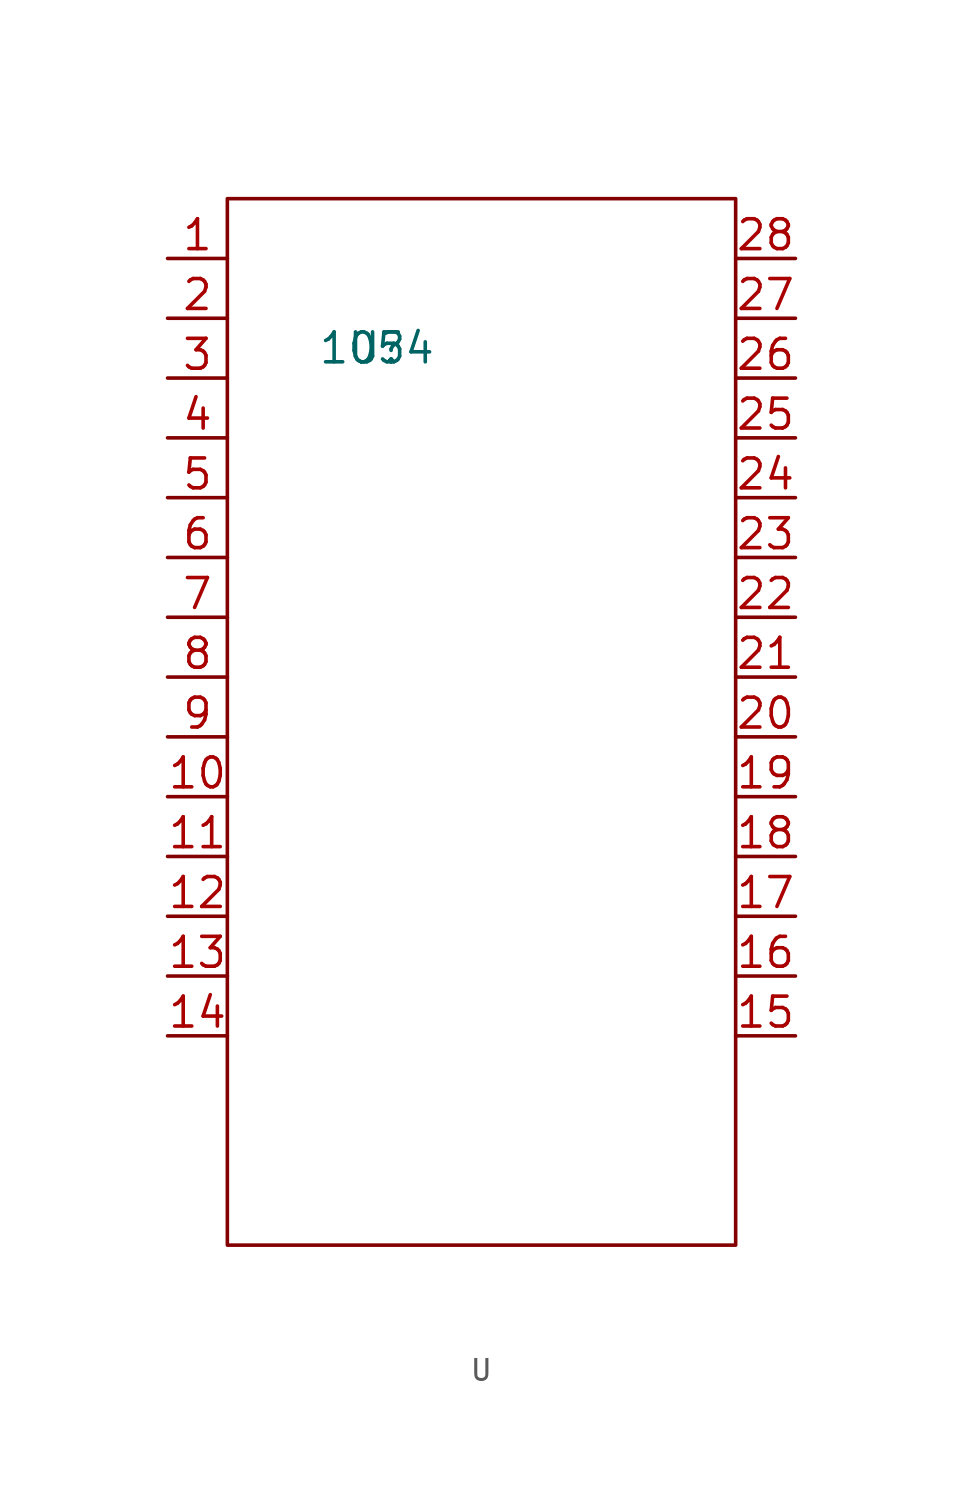
<source format=kicad_sym>
(kicad_symbol_lib
  (version 20220914)
  (generator kicad_symbol_editor)
  (symbol "U"
    (property "Reference" "U"
      (at 0 0 0)
      (effects (font (size 1.27 1.27))))
    (property "Value" "1054"
      (at 0 0 0)
      (effects (font (size 1.27 1.27))))
    (symbol "U_0_1"
      (rectangle (start -6.35 6.35) (end 15.24 -38.1) (stroke (width 0) (type default)) (fill (type none))))
    (symbol "U_1_1"
      (pin input line (at -8.89 3.81 0) (length 2.54) (name "" (effects (font (size 1.27 1.27)))) (number "1" (effects (font (size 1.27 1.27)))))
      (pin input line (at -8.89 -19.05 0) (length 2.54) (name "" (effects (font (size 1.27 1.27)))) (number "10" (effects (font (size 1.27 1.27)))))
      (pin input line (at -8.89 -21.59 0) (length 2.54) (name "" (effects (font (size 1.27 1.27)))) (number "11" (effects (font (size 1.27 1.27)))))
      (pin input line (at -8.89 -24.13 0) (length 2.54) (name "" (effects (font (size 1.27 1.27)))) (number "12" (effects (font (size 1.27 1.27)))))
      (pin input line (at -8.89 -26.67 0) (length 2.54) (name "" (effects (font (size 1.27 1.27)))) (number "13" (effects (font (size 1.27 1.27)))))
      (pin input line (at -8.89 -29.21 0) (length 2.54) (name "" (effects (font (size 1.27 1.27)))) (number "14" (effects (font (size 1.27 1.27)))))
      (pin input line (at 17.78 -29.21 180) (length 2.54) (name "" (effects (font (size 1.27 1.27)))) (number "15" (effects (font (size 1.27 1.27)))))
      (pin input line (at 17.78 -26.67 180) (length 2.54) (name "" (effects (font (size 1.27 1.27)))) (number "16" (effects (font (size 1.27 1.27)))))
      (pin input line (at 17.78 -24.13 180) (length 2.54) (name "" (effects (font (size 1.27 1.27)))) (number "17" (effects (font (size 1.27 1.27)))))
      (pin input line (at 17.78 -21.59 180) (length 2.54) (name "" (effects (font (size 1.27 1.27)))) (number "18" (effects (font (size 1.27 1.27)))))
      (pin input line (at 17.78 -19.05 180) (length 2.54) (name "" (effects (font (size 1.27 1.27)))) (number "19" (effects (font (size 1.27 1.27)))))
      (pin input line (at -8.89 1.27 0) (length 2.54) (name "" (effects (font (size 1.27 1.27)))) (number "2" (effects (font (size 1.27 1.27)))))
      (pin input line (at 17.78 -16.51 180) (length 2.54) (name "" (effects (font (size 1.27 1.27)))) (number "20" (effects (font (size 1.27 1.27)))))
      (pin input line (at 17.78 -13.97 180) (length 2.54) (name "" (effects (font (size 1.27 1.27)))) (number "21" (effects (font (size 1.27 1.27)))))
      (pin input line (at 17.78 -11.43 180) (length 2.54) (name "" (effects (font (size 1.27 1.27)))) (number "22" (effects (font (size 1.27 1.27)))))
      (pin input line (at 17.78 -8.89 180) (length 2.54) (name "" (effects (font (size 1.27 1.27)))) (number "23" (effects (font (size 1.27 1.27)))))
      (pin input line (at 17.78 -6.35 180) (length 2.54) (name "" (effects (font (size 1.27 1.27)))) (number "24" (effects (font (size 1.27 1.27)))))
      (pin input line (at 17.78 -3.81 180) (length 2.54) (name "" (effects (font (size 1.27 1.27)))) (number "25" (effects (font (size 1.27 1.27)))))
      (pin input line (at 17.78 -1.27 180) (length 2.54) (name "" (effects (font (size 1.27 1.27)))) (number "26" (effects (font (size 1.27 1.27)))))
      (pin input line (at 17.78 1.27 180) (length 2.54) (name "" (effects (font (size 1.27 1.27)))) (number "27" (effects (font (size 1.27 1.27)))))
      (pin input line (at 17.78 3.81 180) (length 2.54) (name "" (effects (font (size 1.27 1.27)))) (number "28" (effects (font (size 1.27 1.27)))))
      (pin input line (at -8.89 -1.27 0) (length 2.54) (name "" (effects (font (size 1.27 1.27)))) (number "3" (effects (font (size 1.27 1.27)))))
      (pin input line (at -8.89 -3.81 0) (length 2.54) (name "" (effects (font (size 1.27 1.27)))) (number "4" (effects (font (size 1.27 1.27)))))
      (pin input line (at -8.89 -6.35 0) (length 2.54) (name "" (effects (font (size 1.27 1.27)))) (number "5" (effects (font (size 1.27 1.27)))))
      (pin input line (at -8.89 -8.89 0) (length 2.54) (name "" (effects (font (size 1.27 1.27)))) (number "6" (effects (font (size 1.27 1.27)))))
      (pin input line (at -8.89 -11.43 0) (length 2.54) (name "" (effects (font (size 1.27 1.27)))) (number "7" (effects (font (size 1.27 1.27)))))
      (pin input line (at -8.89 -13.97 0) (length 2.54) (name "" (effects (font (size 1.27 1.27)))) (number "8" (effects (font (size 1.27 1.27)))))
      (pin input line (at -8.89 -16.51 0) (length 2.54) (name "" (effects (font (size 1.27 1.27)))) (number "9" (effects (font (size 1.27 1.27))))))))
</source>
